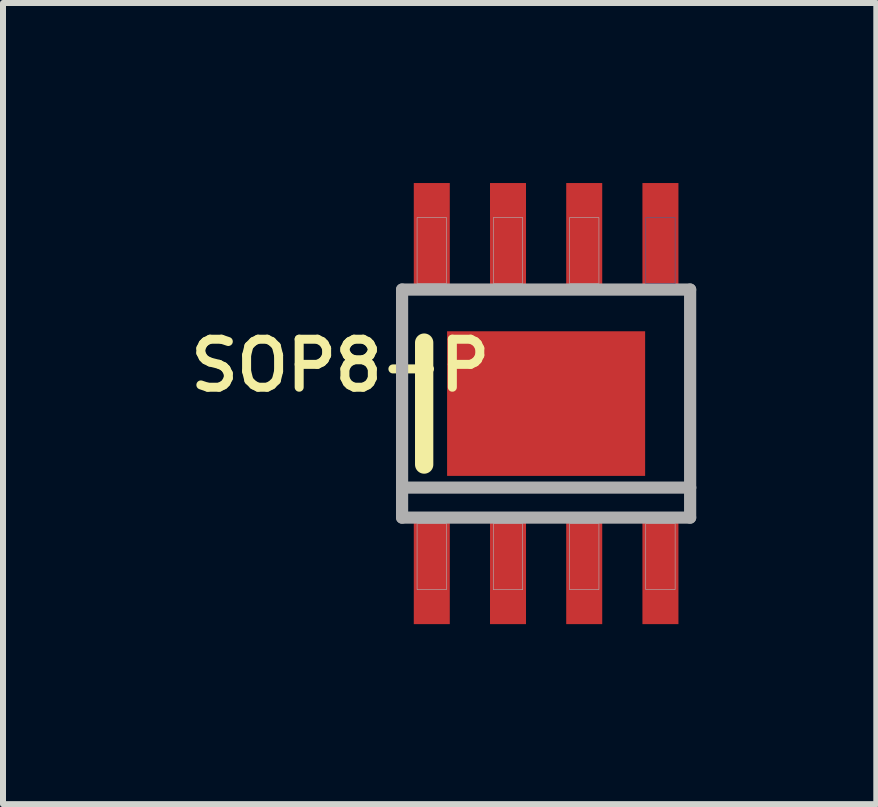
<source format=kicad_pcb>
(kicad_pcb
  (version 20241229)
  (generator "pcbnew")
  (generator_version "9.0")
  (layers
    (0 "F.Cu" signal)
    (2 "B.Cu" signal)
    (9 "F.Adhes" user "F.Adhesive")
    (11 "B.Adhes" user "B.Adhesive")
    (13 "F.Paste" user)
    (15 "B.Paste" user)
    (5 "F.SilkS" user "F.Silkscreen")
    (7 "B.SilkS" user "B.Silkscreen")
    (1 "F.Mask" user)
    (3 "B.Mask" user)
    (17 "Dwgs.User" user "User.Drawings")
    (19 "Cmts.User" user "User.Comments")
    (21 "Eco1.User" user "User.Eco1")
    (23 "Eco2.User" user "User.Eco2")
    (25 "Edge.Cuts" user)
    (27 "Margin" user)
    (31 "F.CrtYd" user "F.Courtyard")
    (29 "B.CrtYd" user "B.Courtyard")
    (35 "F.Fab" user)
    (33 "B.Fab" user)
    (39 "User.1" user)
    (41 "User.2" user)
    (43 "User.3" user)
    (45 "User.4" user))
  (footprint "SOP8-P"
    (layer "F.Cu")
    (at 6.05 3.675)
    (property "Reference" "SOP8-P" (at -3.429 -0.635 180) (layer "F.SilkS") (effects (font (size 0.8 0.8) (thickness 0.15))))
    (attr through_hole)
    (fp_line (start -2.032 1.016) (end -2.032 -1.016) (stroke (width 0.305) (type solid)) (layer "F.SilkS"))
    (fp_poly (pts (xy -0.3 -0.3) (xy 0.3 -0.3) (xy 0.3 0.3) (xy -0.3 0.3)) (stroke (width 0.01) (type solid)) (fill yes) (layer "F.Paste"))
    (fp_poly (pts (xy 1.66 -3.1) (xy 2.15 -3.1) (xy 2.15 -2) (xy 1.66 -2)) (stroke (width 0.01) (type solid)) (fill no) (layer "B.Fab"))
    (fp_line (start -2.4 -1.9) (end 2.4 -1.9) (stroke (width 0.203) (type solid)) (layer "F.Fab"))
    (fp_line (start -2.4 1.4) (end -2.4 -1.9) (stroke (width 0.203) (type solid)) (layer "F.Fab"))
    (fp_line (start -2.4 1.9) (end -2.4 1.4) (stroke (width 0.203) (type solid)) (layer "F.Fab"))
    (fp_line (start 2.4 -1.9) (end 2.4 1.4) (stroke (width 0.203) (type solid)) (layer "F.Fab"))
    (fp_line (start 2.4 1.4) (end -2.4 1.4) (stroke (width 0.203) (type solid)) (layer "F.Fab"))
    (fp_line (start 2.4 1.4) (end 2.4 1.9) (stroke (width 0.203) (type solid)) (layer "F.Fab"))
    (fp_line (start 2.4 1.9) (end -2.4 1.9) (stroke (width 0.203) (type solid)) (layer "F.Fab"))
    (fp_poly (pts (xy -2.15 -3.1) (xy -1.66 -3.1) (xy -1.66 -2) (xy -2.15 -2)) (stroke (width 0.01) (type solid)) (fill no) (layer "F.Fab"))
    (fp_poly (pts (xy -2.15 2) (xy -1.66 2) (xy -1.66 3.1) (xy -2.15 3.1)) (stroke (width 0.01) (type solid)) (fill no) (layer "F.Fab"))
    (fp_poly (pts (xy -0.88 -3.1) (xy -0.39 -3.1) (xy -0.39 -2) (xy -0.88 -2)) (stroke (width 0.01) (type solid)) (fill no) (layer "F.Fab"))
    (fp_poly (pts (xy -0.88 2) (xy -0.39 2) (xy -0.39 3.1) (xy -0.88 3.1)) (stroke (width 0.01) (type solid)) (fill no) (layer "F.Fab"))
    (fp_poly (pts (xy 0.39 -3.1) (xy 0.88 -3.1) (xy 0.88 -2) (xy 0.39 -2)) (stroke (width 0.01) (type solid)) (fill no) (layer "F.Fab"))
    (fp_poly (pts (xy 0.39 2) (xy 0.88 2) (xy 0.88 3.1) (xy 0.39 3.1)) (stroke (width 0.01) (type solid)) (fill no) (layer "F.Fab"))
    (fp_poly (pts (xy 1.66 2) (xy 2.15 2) (xy 2.15 3.1) (xy 1.66 3.1)) (stroke (width 0.01) (type solid)) (fill no) (layer "F.Fab"))
    (pad "1" smd rect (at -1.905 2.8) (size 0.6 1.75) (layers "F.Cu" "F.Mask" "F.Paste"))
    (pad "2" smd rect (at -0.635 2.8) (size 0.6 1.75) (layers "F.Cu" "F.Mask" "F.Paste"))
    (pad "3" smd rect (at 0.635 2.8) (size 0.6 1.75) (layers "F.Cu" "F.Mask" "F.Paste"))
    (pad "4" smd rect (at 1.905 2.8) (size 0.6 1.75) (layers "F.Cu" "F.Mask" "F.Paste"))
    (pad "5" smd rect (at 1.905 -2.8) (size 0.6 1.75) (layers "F.Cu" "F.Mask" "F.Paste"))
    (pad "6" smd rect (at 0.635 -2.8) (size 0.6 1.75) (layers "F.Cu" "F.Mask" "F.Paste"))
    (pad "7" smd rect (at -0.635 -2.8) (size 0.6 1.75) (layers "F.Cu" "F.Mask" "F.Paste"))
    (pad "8" smd rect (at -1.905 -2.8) (size 0.6 1.75) (layers "F.Cu" "F.Mask" "F.Paste"))
    (pad "EXP" smd rect (at 0 0) (size 3.3 2.41) (layers "F.Cu" "F.Mask")))
  (gr_rect
    (start -3 -3)
    (end 11.552 10.35)
    (stroke (width 0.1) (type default))
    (fill no)
    (layer "Edge.Cuts")))
</source>
